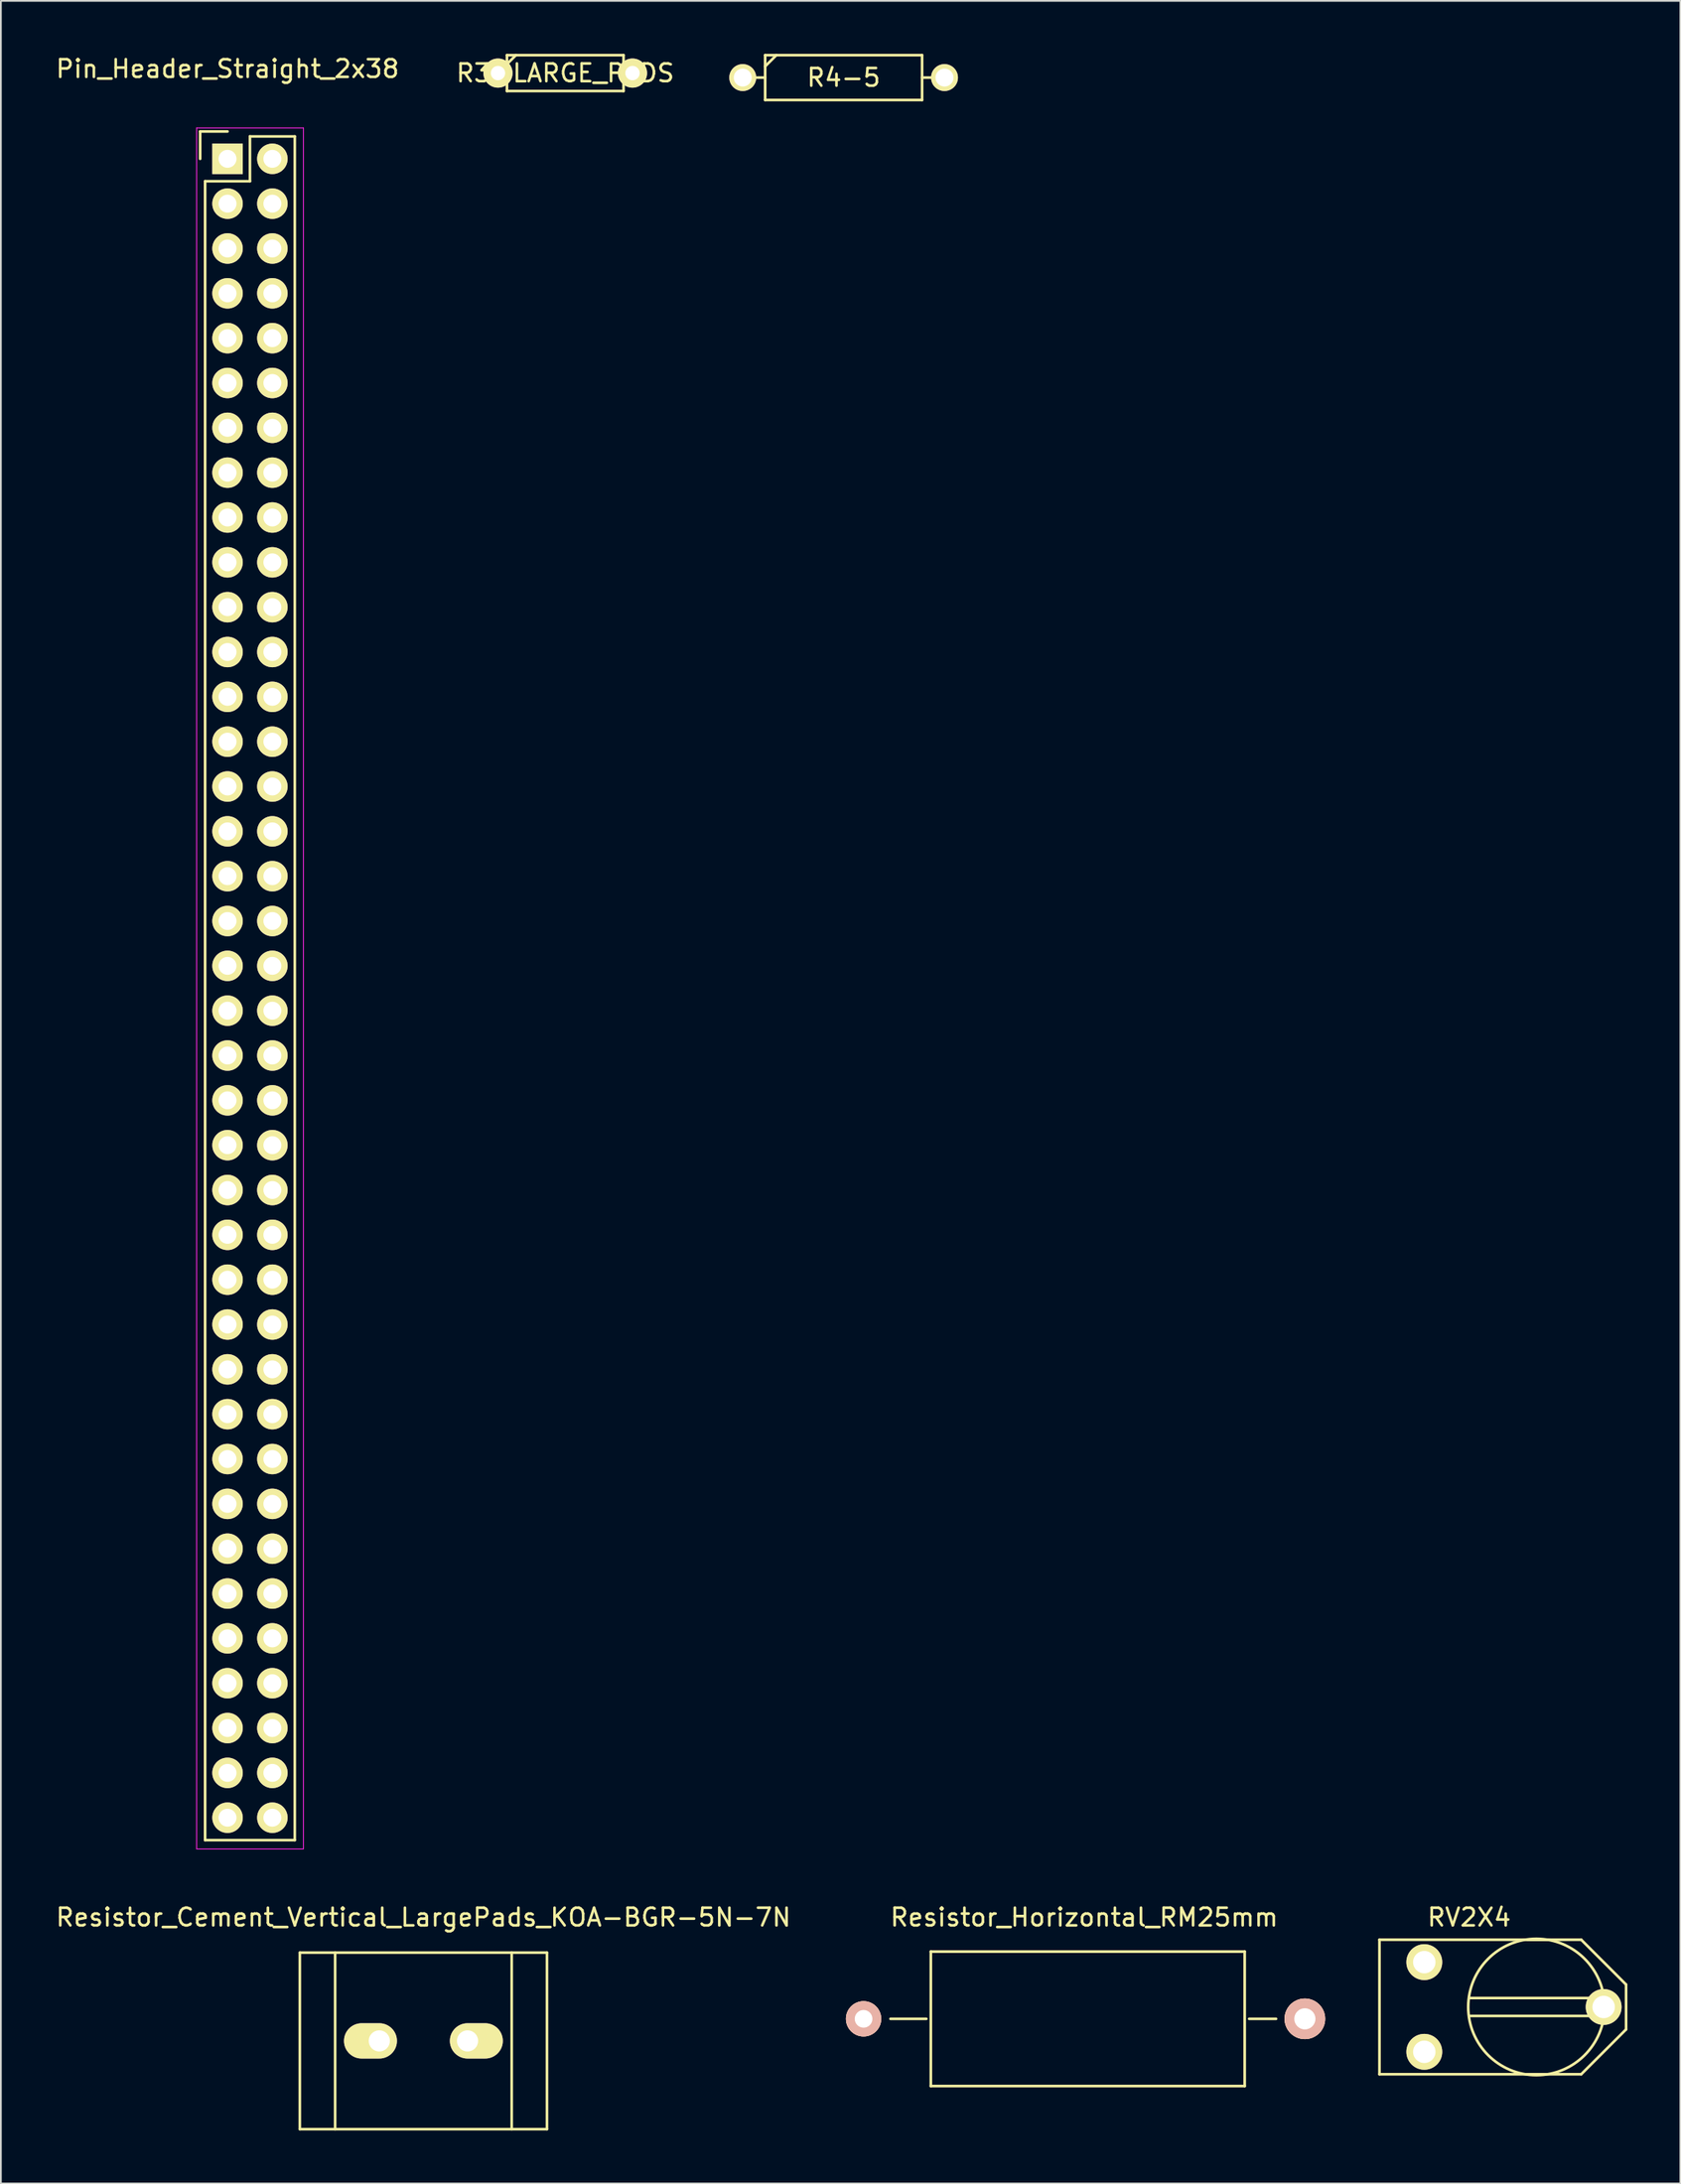
<source format=kicad_pcb>
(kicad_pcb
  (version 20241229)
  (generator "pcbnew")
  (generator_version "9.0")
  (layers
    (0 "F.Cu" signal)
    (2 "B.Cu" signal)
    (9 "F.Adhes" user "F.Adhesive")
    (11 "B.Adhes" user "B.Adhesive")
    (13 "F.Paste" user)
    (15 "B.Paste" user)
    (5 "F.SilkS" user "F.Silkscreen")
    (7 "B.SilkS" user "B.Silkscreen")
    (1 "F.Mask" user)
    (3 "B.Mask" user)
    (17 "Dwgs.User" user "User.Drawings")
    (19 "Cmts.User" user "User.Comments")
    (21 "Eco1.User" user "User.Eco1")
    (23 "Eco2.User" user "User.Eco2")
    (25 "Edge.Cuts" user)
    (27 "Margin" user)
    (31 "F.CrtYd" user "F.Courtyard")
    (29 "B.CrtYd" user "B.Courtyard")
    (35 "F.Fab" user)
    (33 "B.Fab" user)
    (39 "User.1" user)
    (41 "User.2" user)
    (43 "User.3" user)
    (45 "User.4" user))
  (footprint "Resistor_Horizontal_RM25mm"
    (layer "F.Cu")
    (at 58.368 111.322)
    (property "Reference" "Resistor_Horizontal_RM25mm" (at 0 -5.751 0) (layer "F.SilkS") (effects (font (size 1 1) (thickness 0.15))))
    (attr through_hole)
    (fp_line (start -8.943 0) (end -10.975 0) (stroke (width 0.15) (type solid)) (layer "F.SilkS"))
    (fp_line (start -8.689 -3.81) (end -8.689 3.81) (stroke (width 0.15) (type solid)) (layer "F.SilkS"))
    (fp_line (start -8.689 3.81) (end 9.091 3.81) (stroke (width 0.15) (type solid)) (layer "F.SilkS"))
    (fp_line (start 9.091 -3.81) (end -8.689 -3.81) (stroke (width 0.15) (type solid)) (layer "F.SilkS"))
    (fp_line (start 9.091 3.81) (end 9.091 -3.81) (stroke (width 0.15) (type solid)) (layer "F.SilkS"))
    (fp_line (start 9.345 0) (end 10.869 0) (stroke (width 0.15) (type solid)) (layer "F.SilkS"))
    (pad "1" thru_hole circle (at -12.499 0) (size 1.999 1.999) (drill 1.001) (layers "*.Cu" "*.SilkS" "*.Mask"))
    (pad "2" thru_hole circle (at 12.499 0) (size 2.301 2.301) (drill 1.199) (layers "*.Cu" "*.SilkS" "*.Mask")))
  (footprint "R4-5"
    (layer "F.Cu")
    (at 44.739 1.345)
    (property "Reference" "R4-5" (at 0 0 0) (layer "F.SilkS") (effects (font (size 1 1) (thickness 0.15))))
    (attr through_hole)
    (fp_line (start -4.445 -1.27) (end -4.445 1.27) (stroke (width 0.15) (type solid)) (layer "F.SilkS"))
    (fp_line (start -4.445 -0.635) (end -3.81 -1.27) (stroke (width 0.15) (type solid)) (layer "F.SilkS"))
    (fp_line (start -4.445 0) (end -5.715 0) (stroke (width 0.15) (type solid)) (layer "F.SilkS"))
    (fp_line (start -4.445 1.27) (end 4.445 1.27) (stroke (width 0.15) (type solid)) (layer "F.SilkS"))
    (fp_line (start 4.445 -1.27) (end -4.445 -1.27) (stroke (width 0.15) (type solid)) (layer "F.SilkS"))
    (fp_line (start 4.445 0) (end 5.715 0) (stroke (width 0.15) (type solid)) (layer "F.SilkS"))
    (fp_line (start 4.445 1.27) (end 4.445 -1.27) (stroke (width 0.15) (type solid)) (layer "F.SilkS"))
    (pad "1" thru_hole circle (at -5.715 0) (size 1.524 1.524) (drill 1.016) (layers "*.Cu" "*.Mask" "F.SilkS"))
    (pad "2" thru_hole circle (at 5.715 0) (size 1.524 1.524) (drill 1.016) (layers "*.Cu" "*.Mask" "F.SilkS")))
  (footprint "Pin_Header_Straight_2x38"
    (layer "F.Cu")
    (at 9.839 5.948)
    (property "Reference" "Pin_Header_Straight_2x38" (at 0 -5.1 0) (layer "F.SilkS") (effects (font (size 1 1) (thickness 0.15))))
    (attr through_hole)
    (fp_line (start -1.55 -1.55) (end -1.55 0) (stroke (width 0.15) (type solid)) (layer "F.SilkS"))
    (fp_line (start -1.27 95.25) (end -1.27 1.27) (stroke (width 0.15) (type solid)) (layer "F.SilkS"))
    (fp_line (start 0 -1.55) (end -1.55 -1.55) (stroke (width 0.15) (type solid)) (layer "F.SilkS"))
    (fp_line (start 1.27 -1.27) (end 1.27 1.27) (stroke (width 0.15) (type solid)) (layer "F.SilkS"))
    (fp_line (start 1.27 1.27) (end -1.27 1.27) (stroke (width 0.15) (type solid)) (layer "F.SilkS"))
    (fp_line (start 3.81 -1.27) (end 1.27 -1.27) (stroke (width 0.15) (type solid)) (layer "F.SilkS"))
    (fp_line (start 3.81 -1.27) (end 3.81 95.25) (stroke (width 0.15) (type solid)) (layer "F.SilkS"))
    (fp_line (start 3.81 95.25) (end -1.27 95.25) (stroke (width 0.15) (type solid)) (layer "F.SilkS"))
    (fp_line (start -1.75 -1.75) (end -1.75 95.75) (stroke (width 0.05) (type solid)) (layer "F.CrtYd"))
    (fp_line (start -1.75 -1.75) (end 4.3 -1.75) (stroke (width 0.05) (type solid)) (layer "F.CrtYd"))
    (fp_line (start -1.75 95.75) (end 4.3 95.75) (stroke (width 0.05) (type solid)) (layer "F.CrtYd"))
    (fp_line (start 4.3 -1.75) (end 4.3 95.75) (stroke (width 0.05) (type solid)) (layer "F.CrtYd"))
    (pad "1" thru_hole rect (at 0 0) (size 1.727 1.727) (drill 1.016) (layers "*.Cu" "*.Mask" "F.SilkS"))
    (pad "2" thru_hole oval (at 2.54 0) (size 1.727 1.727) (drill 1.016) (layers "*.Cu" "*.Mask" "F.SilkS"))
    (pad "3" thru_hole oval (at 0 2.54) (size 1.727 1.727) (drill 1.016) (layers "*.Cu" "*.Mask" "F.SilkS"))
    (pad "4" thru_hole oval (at 2.54 2.54) (size 1.727 1.727) (drill 1.016) (layers "*.Cu" "*.Mask" "F.SilkS"))
    (pad "5" thru_hole oval (at 0 5.08) (size 1.727 1.727) (drill 1.016) (layers "*.Cu" "*.Mask" "F.SilkS"))
    (pad "6" thru_hole oval (at 2.54 5.08) (size 1.727 1.727) (drill 1.016) (layers "*.Cu" "*.Mask" "F.SilkS"))
    (pad "7" thru_hole oval (at 0 7.62) (size 1.727 1.727) (drill 1.016) (layers "*.Cu" "*.Mask" "F.SilkS"))
    (pad "8" thru_hole oval (at 2.54 7.62) (size 1.727 1.727) (drill 1.016) (layers "*.Cu" "*.Mask" "F.SilkS"))
    (pad "9" thru_hole oval (at 0 10.16) (size 1.727 1.727) (drill 1.016) (layers "*.Cu" "*.Mask" "F.SilkS"))
    (pad "10" thru_hole oval (at 2.54 10.16) (size 1.727 1.727) (drill 1.016) (layers "*.Cu" "*.Mask" "F.SilkS"))
    (pad "11" thru_hole oval (at 0 12.7) (size 1.727 1.727) (drill 1.016) (layers "*.Cu" "*.Mask" "F.SilkS"))
    (pad "12" thru_hole oval (at 2.54 12.7) (size 1.727 1.727) (drill 1.016) (layers "*.Cu" "*.Mask" "F.SilkS"))
    (pad "13" thru_hole oval (at 0 15.24) (size 1.727 1.727) (drill 1.016) (layers "*.Cu" "*.Mask" "F.SilkS"))
    (pad "14" thru_hole oval (at 2.54 15.24) (size 1.727 1.727) (drill 1.016) (layers "*.Cu" "*.Mask" "F.SilkS"))
    (pad "15" thru_hole oval (at 0 17.78) (size 1.727 1.727) (drill 1.016) (layers "*.Cu" "*.Mask" "F.SilkS"))
    (pad "16" thru_hole oval (at 2.54 17.78) (size 1.727 1.727) (drill 1.016) (layers "*.Cu" "*.Mask" "F.SilkS"))
    (pad "17" thru_hole oval (at 0 20.32) (size 1.727 1.727) (drill 1.016) (layers "*.Cu" "*.Mask" "F.SilkS"))
    (pad "18" thru_hole oval (at 2.54 20.32) (size 1.727 1.727) (drill 1.016) (layers "*.Cu" "*.Mask" "F.SilkS"))
    (pad "19" thru_hole oval (at 0 22.86) (size 1.727 1.727) (drill 1.016) (layers "*.Cu" "*.Mask" "F.SilkS"))
    (pad "20" thru_hole oval (at 2.54 22.86) (size 1.727 1.727) (drill 1.016) (layers "*.Cu" "*.Mask" "F.SilkS"))
    (pad "21" thru_hole oval (at 0 25.4) (size 1.727 1.727) (drill 1.016) (layers "*.Cu" "*.Mask" "F.SilkS"))
    (pad "22" thru_hole oval (at 2.54 25.4) (size 1.727 1.727) (drill 1.016) (layers "*.Cu" "*.Mask" "F.SilkS"))
    (pad "23" thru_hole oval (at 0 27.94) (size 1.727 1.727) (drill 1.016) (layers "*.Cu" "*.Mask" "F.SilkS"))
    (pad "24" thru_hole oval (at 2.54 27.94) (size 1.727 1.727) (drill 1.016) (layers "*.Cu" "*.Mask" "F.SilkS"))
    (pad "25" thru_hole oval (at 0 30.48) (size 1.727 1.727) (drill 1.016) (layers "*.Cu" "*.Mask" "F.SilkS"))
    (pad "26" thru_hole oval (at 2.54 30.48) (size 1.727 1.727) (drill 1.016) (layers "*.Cu" "*.Mask" "F.SilkS"))
    (pad "27" thru_hole oval (at 0 33.02) (size 1.727 1.727) (drill 1.016) (layers "*.Cu" "*.Mask" "F.SilkS"))
    (pad "28" thru_hole oval (at 2.54 33.02) (size 1.727 1.727) (drill 1.016) (layers "*.Cu" "*.Mask" "F.SilkS"))
    (pad "29" thru_hole oval (at 0 35.56) (size 1.727 1.727) (drill 1.016) (layers "*.Cu" "*.Mask" "F.SilkS"))
    (pad "30" thru_hole oval (at 2.54 35.56) (size 1.727 1.727) (drill 1.016) (layers "*.Cu" "*.Mask" "F.SilkS"))
    (pad "31" thru_hole oval (at 0 38.1) (size 1.727 1.727) (drill 1.016) (layers "*.Cu" "*.Mask" "F.SilkS"))
    (pad "32" thru_hole oval (at 2.54 38.1) (size 1.727 1.727) (drill 1.016) (layers "*.Cu" "*.Mask" "F.SilkS"))
    (pad "33" thru_hole oval (at 0 40.64) (size 1.727 1.727) (drill 1.016) (layers "*.Cu" "*.Mask" "F.SilkS"))
    (pad "34" thru_hole oval (at 2.54 40.64) (size 1.727 1.727) (drill 1.016) (layers "*.Cu" "*.Mask" "F.SilkS"))
    (pad "35" thru_hole oval (at 0 43.18) (size 1.727 1.727) (drill 1.016) (layers "*.Cu" "*.Mask" "F.SilkS"))
    (pad "36" thru_hole oval (at 2.54 43.18) (size 1.727 1.727) (drill 1.016) (layers "*.Cu" "*.Mask" "F.SilkS"))
    (pad "37" thru_hole oval (at 0 45.72) (size 1.727 1.727) (drill 1.016) (layers "*.Cu" "*.Mask" "F.SilkS"))
    (pad "38" thru_hole oval (at 2.54 45.72) (size 1.727 1.727) (drill 1.016) (layers "*.Cu" "*.Mask" "F.SilkS"))
    (pad "39" thru_hole oval (at 0 48.26) (size 1.727 1.727) (drill 1.016) (layers "*.Cu" "*.Mask" "F.SilkS"))
    (pad "40" thru_hole oval (at 2.54 48.26) (size 1.727 1.727) (drill 1.016) (layers "*.Cu" "*.Mask" "F.SilkS"))
    (pad "41" thru_hole oval (at 0 50.8) (size 1.727 1.727) (drill 1.016) (layers "*.Cu" "*.Mask" "F.SilkS"))
    (pad "42" thru_hole oval (at 2.54 50.8) (size 1.727 1.727) (drill 1.016) (layers "*.Cu" "*.Mask" "F.SilkS"))
    (pad "43" thru_hole oval (at 0 53.34) (size 1.727 1.727) (drill 1.016) (layers "*.Cu" "*.Mask" "F.SilkS"))
    (pad "44" thru_hole oval (at 2.54 53.34) (size 1.727 1.727) (drill 1.016) (layers "*.Cu" "*.Mask" "F.SilkS"))
    (pad "45" thru_hole oval (at 0 55.88) (size 1.727 1.727) (drill 1.016) (layers "*.Cu" "*.Mask" "F.SilkS"))
    (pad "46" thru_hole oval (at 2.54 55.88) (size 1.727 1.727) (drill 1.016) (layers "*.Cu" "*.Mask" "F.SilkS"))
    (pad "47" thru_hole oval (at 0 58.42) (size 1.727 1.727) (drill 1.016) (layers "*.Cu" "*.Mask" "F.SilkS"))
    (pad "48" thru_hole oval (at 2.54 58.42) (size 1.727 1.727) (drill 1.016) (layers "*.Cu" "*.Mask" "F.SilkS"))
    (pad "49" thru_hole oval (at 0 60.96) (size 1.727 1.727) (drill 1.016) (layers "*.Cu" "*.Mask" "F.SilkS"))
    (pad "50" thru_hole oval (at 2.54 60.96) (size 1.727 1.727) (drill 1.016) (layers "*.Cu" "*.Mask" "F.SilkS"))
    (pad "51" thru_hole oval (at 0 63.5) (size 1.727 1.727) (drill 1.016) (layers "*.Cu" "*.Mask" "F.SilkS"))
    (pad "52" thru_hole oval (at 2.54 63.5) (size 1.727 1.727) (drill 1.016) (layers "*.Cu" "*.Mask" "F.SilkS"))
    (pad "53" thru_hole oval (at 0 66.04) (size 1.727 1.727) (drill 1.016) (layers "*.Cu" "*.Mask" "F.SilkS"))
    (pad "54" thru_hole oval (at 2.54 66.04) (size 1.727 1.727) (drill 1.016) (layers "*.Cu" "*.Mask" "F.SilkS"))
    (pad "55" thru_hole oval (at 0 68.58) (size 1.727 1.727) (drill 1.016) (layers "*.Cu" "*.Mask" "F.SilkS"))
    (pad "56" thru_hole oval (at 2.54 68.58) (size 1.727 1.727) (drill 1.016) (layers "*.Cu" "*.Mask" "F.SilkS"))
    (pad "57" thru_hole oval (at 0 71.12) (size 1.727 1.727) (drill 1.016) (layers "*.Cu" "*.Mask" "F.SilkS"))
    (pad "58" thru_hole oval (at 2.54 71.12) (size 1.727 1.727) (drill 1.016) (layers "*.Cu" "*.Mask" "F.SilkS"))
    (pad "59" thru_hole oval (at 0 73.66) (size 1.727 1.727) (drill 1.016) (layers "*.Cu" "*.Mask" "F.SilkS"))
    (pad "60" thru_hole oval (at 2.54 73.66) (size 1.727 1.727) (drill 1.016) (layers "*.Cu" "*.Mask" "F.SilkS"))
    (pad "61" thru_hole oval (at 0 76.2) (size 1.727 1.727) (drill 1.016) (layers "*.Cu" "*.Mask" "F.SilkS"))
    (pad "62" thru_hole oval (at 2.54 76.2) (size 1.727 1.727) (drill 1.016) (layers "*.Cu" "*.Mask" "F.SilkS"))
    (pad "63" thru_hole oval (at 0 78.74) (size 1.727 1.727) (drill 1.016) (layers "*.Cu" "*.Mask" "F.SilkS"))
    (pad "64" thru_hole oval (at 2.54 78.74) (size 1.727 1.727) (drill 1.016) (layers "*.Cu" "*.Mask" "F.SilkS"))
    (pad "65" thru_hole oval (at 0 81.28) (size 1.727 1.727) (drill 1.016) (layers "*.Cu" "*.Mask" "F.SilkS"))
    (pad "66" thru_hole oval (at 2.54 81.28) (size 1.727 1.727) (drill 1.016) (layers "*.Cu" "*.Mask" "F.SilkS"))
    (pad "67" thru_hole oval (at 0 83.82) (size 1.727 1.727) (drill 1.016) (layers "*.Cu" "*.Mask" "F.SilkS"))
    (pad "68" thru_hole oval (at 2.54 83.82) (size 1.727 1.727) (drill 1.016) (layers "*.Cu" "*.Mask" "F.SilkS"))
    (pad "69" thru_hole oval (at 0 86.36) (size 1.727 1.727) (drill 1.016) (layers "*.Cu" "*.Mask" "F.SilkS"))
    (pad "70" thru_hole oval (at 2.54 86.36) (size 1.727 1.727) (drill 1.016) (layers "*.Cu" "*.Mask" "F.SilkS"))
    (pad "71" thru_hole oval (at 0 88.9) (size 1.727 1.727) (drill 1.016) (layers "*.Cu" "*.Mask" "F.SilkS"))
    (pad "72" thru_hole oval (at 2.54 88.9) (size 1.727 1.727) (drill 1.016) (layers "*.Cu" "*.Mask" "F.SilkS"))
    (pad "73" thru_hole oval (at 0 91.44) (size 1.727 1.727) (drill 1.016) (layers "*.Cu" "*.Mask" "F.SilkS"))
    (pad "74" thru_hole oval (at 2.54 91.44) (size 1.727 1.727) (drill 1.016) (layers "*.Cu" "*.Mask" "F.SilkS"))
    (pad "75" thru_hole oval (at 0 93.98) (size 1.727 1.727) (drill 1.016) (layers "*.Cu" "*.Mask" "F.SilkS"))
    (pad "76" thru_hole oval (at 2.54 93.98) (size 1.727 1.727) (drill 1.016) (layers "*.Cu" "*.Mask" "F.SilkS")))
  (footprint "Resistor_Cement_Vertical_LargePads_KOA-BGR-5N-7N"
    (layer "F.Cu")
    (at 20.935 112.572)
    (property "Reference" "Resistor_Cement_Vertical_LargePads_KOA-BGR-5N-7N" (at 0 -7 0) (layer "F.SilkS") (effects (font (size 1 1) (thickness 0.15))))
    (attr through_hole)
    (fp_line (start -7 -5.001) (end -7 5.001) (stroke (width 0.15) (type solid)) (layer "F.SilkS"))
    (fp_line (start -7 5.001) (end 7 5.001) (stroke (width 0.15) (type solid)) (layer "F.SilkS"))
    (fp_line (start -5.001 -5.001) (end -5.001 5.001) (stroke (width 0.15) (type solid)) (layer "F.SilkS"))
    (fp_line (start 5.001 -5.001) (end 5.001 5.001) (stroke (width 0.15) (type solid)) (layer "F.SilkS"))
    (fp_line (start 7 -5.001) (end -7 -5.001) (stroke (width 0.15) (type solid)) (layer "F.SilkS"))
    (fp_line (start 7 5.001) (end 7 -5.001) (stroke (width 0.15) (type solid)) (layer "F.SilkS"))
    (pad "1" thru_hole oval (at -2.499 0) (size 3 1.999) (drill 1.199 (offset -0.5 0)) (layers "*.Cu" "*.Mask" "F.SilkS"))
    (pad "2" thru_hole oval (at 2.499 0 180) (size 3 1.999) (drill 1.199 (offset -0.5 0)) (layers "*.Cu" "*.Mask" "F.SilkS")))
  (footprint "R3-LARGE_PADS"
    (layer "F.Cu")
    (at 28.97 1.091)
    (property "Reference" "R3-LARGE_PADS" (at 0 0 0) (layer "F.SilkS") (effects (font (size 1 1) (thickness 0.15))))
    (attr through_hole)
    (fp_line (start -3.81 0) (end -3.302 0) (stroke (width 0.15) (type solid)) (layer "F.SilkS"))
    (fp_line (start -3.302 -1.016) (end -3.302 1.016) (stroke (width 0.15) (type solid)) (layer "F.SilkS"))
    (fp_line (start -3.302 -0.508) (end -2.794 -1.016) (stroke (width 0.15) (type solid)) (layer "F.SilkS"))
    (fp_line (start -3.302 1.016) (end 3.302 1.016) (stroke (width 0.15) (type solid)) (layer "F.SilkS"))
    (fp_line (start 3.302 -1.016) (end -3.302 -1.016) (stroke (width 0.15) (type solid)) (layer "F.SilkS"))
    (fp_line (start 3.302 0) (end 3.302 -1.016) (stroke (width 0.15) (type solid)) (layer "F.SilkS"))
    (fp_line (start 3.302 1.016) (end 3.302 0) (stroke (width 0.15) (type solid)) (layer "F.SilkS"))
    (fp_line (start 3.81 0) (end 3.302 0) (stroke (width 0.15) (type solid)) (layer "F.SilkS"))
    (pad "1" thru_hole circle (at -3.81 0) (size 1.651 1.651) (drill 0.813) (layers "*.Cu" "*.Mask" "F.SilkS"))
    (pad "2" thru_hole circle (at 3.81 0) (size 1.651 1.651) (drill 0.813) (layers "*.Cu" "*.Mask" "F.SilkS")))
  (footprint "RV2X4"
    (layer "F.Cu")
    (at 82.713 110.651)
    (property "Reference" "RV2X4" (at -2.54 -5.08 0) (layer "F.SilkS") (effects (font (size 1 1) (thickness 0.15))))
    (attr through_hole)
    (fp_line (start -7.62 -3.81) (end 3.81 -3.81) (stroke (width 0.15) (type solid)) (layer "F.SilkS"))
    (fp_line (start -7.62 3.81) (end -7.62 -3.81) (stroke (width 0.15) (type solid)) (layer "F.SilkS"))
    (fp_line (start -2.54 -0.508) (end 4.953 -0.508) (stroke (width 0.15) (type solid)) (layer "F.SilkS"))
    (fp_line (start -2.54 0.508) (end 4.953 0.508) (stroke (width 0.15) (type solid)) (layer "F.SilkS"))
    (fp_line (start 0.762 -3.81) (end 1.905 -3.81) (stroke (width 0.15) (type solid)) (layer "F.SilkS"))
    (fp_line (start 1.651 3.81) (end 0.762 3.81) (stroke (width 0.15) (type solid)) (layer "F.SilkS"))
    (fp_line (start 3.81 -3.81) (end 6.35 -1.27) (stroke (width 0.15) (type solid)) (layer "F.SilkS"))
    (fp_line (start 3.81 3.81) (end -7.62 3.81) (stroke (width 0.15) (type solid)) (layer "F.SilkS"))
    (fp_line (start 6.35 -1.27) (end 6.35 1.27) (stroke (width 0.15) (type solid)) (layer "F.SilkS"))
    (fp_line (start 6.35 1.27) (end 3.81 3.81) (stroke (width 0.15) (type solid)) (layer "F.SilkS"))
    (fp_circle (center 1.27 0) (end -2.54 -0.635) (stroke (width 0.15) (type solid)) (fill no) (layer "F.SilkS"))
    (pad "1" thru_hole circle (at -5.08 -2.54) (size 2.032 2.032) (drill 1.27) (layers "*.Cu" "*.Mask" "F.SilkS"))
    (pad "2" thru_hole circle (at 5.08 0) (size 2.032 2.032) (drill 1.27) (layers "*.Cu" "*.Mask" "F.SilkS"))
    (pad "3" thru_hole circle (at -5.08 2.54) (size 2.032 2.032) (drill 1.27) (layers "*.Cu" "*.Mask" "F.SilkS")))
  (gr_rect
    (start -3 -3)
    (end 92.138 120.648)
    (stroke (width 0.1) (type default))
    (fill no)
    (layer "Edge.Cuts")))
</source>
